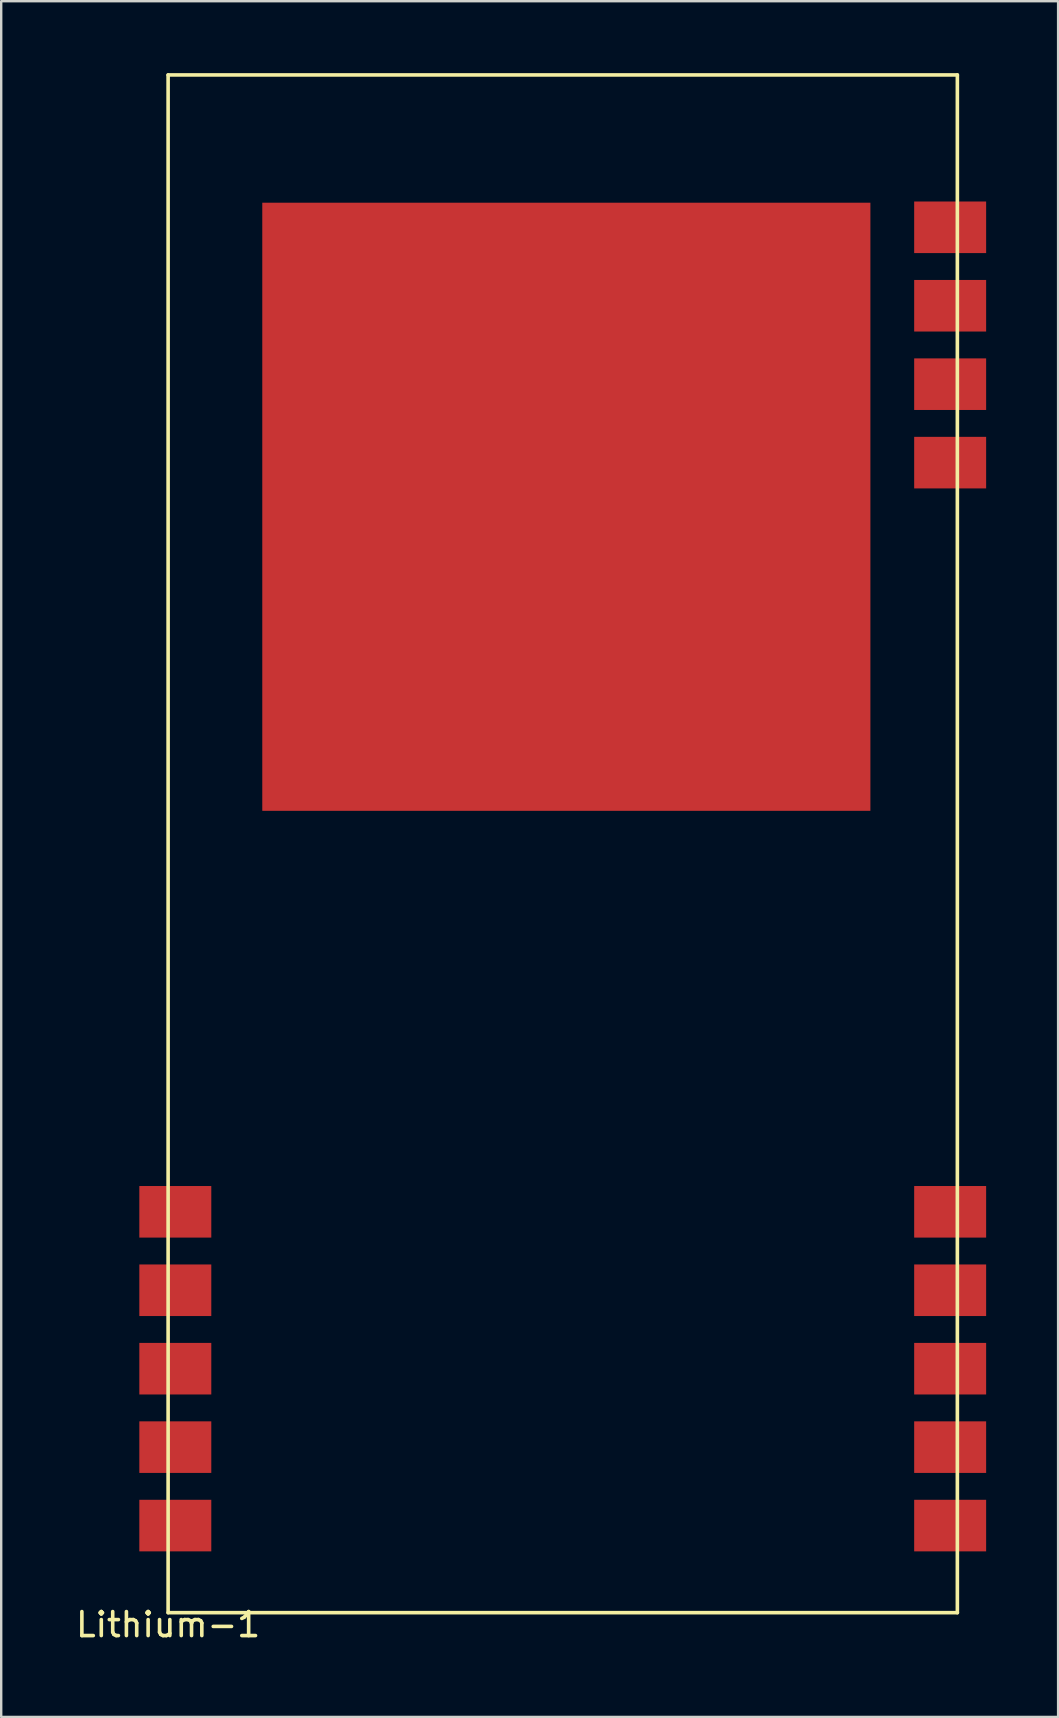
<source format=kicad_pcb>
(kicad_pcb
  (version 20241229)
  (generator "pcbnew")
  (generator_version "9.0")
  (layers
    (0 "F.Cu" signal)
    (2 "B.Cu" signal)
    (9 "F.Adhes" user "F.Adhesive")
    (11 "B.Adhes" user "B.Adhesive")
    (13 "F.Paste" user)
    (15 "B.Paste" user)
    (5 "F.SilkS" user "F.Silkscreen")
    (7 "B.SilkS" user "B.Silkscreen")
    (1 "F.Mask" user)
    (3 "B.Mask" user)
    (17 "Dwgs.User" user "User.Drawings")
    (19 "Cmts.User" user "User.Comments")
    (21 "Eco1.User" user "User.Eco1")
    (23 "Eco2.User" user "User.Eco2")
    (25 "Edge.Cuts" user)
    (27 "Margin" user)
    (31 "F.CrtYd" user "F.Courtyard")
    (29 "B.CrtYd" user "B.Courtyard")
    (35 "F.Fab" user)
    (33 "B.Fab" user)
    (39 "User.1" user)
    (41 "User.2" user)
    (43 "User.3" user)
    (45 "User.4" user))
  (footprint "Lithium-1"
    (layer "F.Cu")
    (at 3.958 64.175)
    (property "Reference" "Lithium-1" (at 0 0.5 0) (layer "F.SilkS") (effects (font (size 1 1) (thickness 0.15))))
    (attr through_hole)
    (fp_line (start 0 -64.1) (end 32.9 -64.1) (stroke (width 0.15) (type solid)) (layer "F.SilkS"))
    (fp_line (start 0 0) (end 0 -64.1) (stroke (width 0.15) (type solid)) (layer "F.SilkS"))
    (fp_line (start 0 0) (end 32.9 0) (stroke (width 0.15) (type solid)) (layer "F.SilkS"))
    (fp_line (start 32.9 0) (end 32.9 -64.1) (stroke (width 0.15) (type solid)) (layer "F.SilkS"))
    (pad "1" smd rect (at 32.6 -3.63) (size 3 2.15) (layers "F.Cu" "F.Mask" "F.Paste"))
    (pad "2" smd rect (at 32.6 -6.9) (size 3 2.15) (layers "F.Cu" "F.Mask" "F.Paste"))
    (pad "3" smd rect (at 32.6 -10.17) (size 3 2.15) (layers "F.Cu" "F.Mask" "F.Paste"))
    (pad "4" smd rect (at 32.6 -13.44) (size 3 2.15) (layers "F.Cu" "F.Mask" "F.Paste"))
    (pad "5" smd rect (at 32.6 -16.71) (size 3 2.15) (layers "F.Cu" "F.Mask" "F.Paste"))
    (pad "6" smd rect (at 32.6 -47.94) (size 3 2.15) (layers "F.Cu" "F.Mask" "F.Paste"))
    (pad "7" smd rect (at 32.6 -51.21) (size 3 2.15) (layers "F.Cu" "F.Mask" "F.Paste"))
    (pad "8" smd rect (at 32.6 -54.48) (size 3 2.15) (layers "F.Cu" "F.Mask" "F.Paste"))
    (pad "9" smd rect (at 32.6 -57.75) (size 3 2.15) (layers "F.Cu" "F.Mask" "F.Paste"))
    (pad "10" smd rect (at 0.3 -16.71) (size 3 2.15) (layers "F.Cu" "F.Mask" "F.Paste"))
    (pad "11" smd rect (at 0.3 -13.44) (size 3 2.15) (layers "F.Cu" "F.Mask" "F.Paste"))
    (pad "12" smd rect (at 0.3 -10.17) (size 3 2.15) (layers "F.Cu" "F.Mask" "F.Paste"))
    (pad "13" smd rect (at 0.3 -6.9) (size 3 2.15) (layers "F.Cu" "F.Mask" "F.Paste"))
    (pad "14" smd rect (at 0.3 -3.63) (size 3 2.15) (layers "F.Cu" "F.Mask" "F.Paste"))
    (pad "15" smd rect (at 16.6 -46.1) (size 25.35 25.35) (layers "F.Cu" "F.Mask" "F.Paste")))
  (gr_rect
    (start -3 -3)
    (end 41.058 68.523)
    (stroke (width 0.1) (type default))
    (fill no)
    (layer "Edge.Cuts")))
</source>
